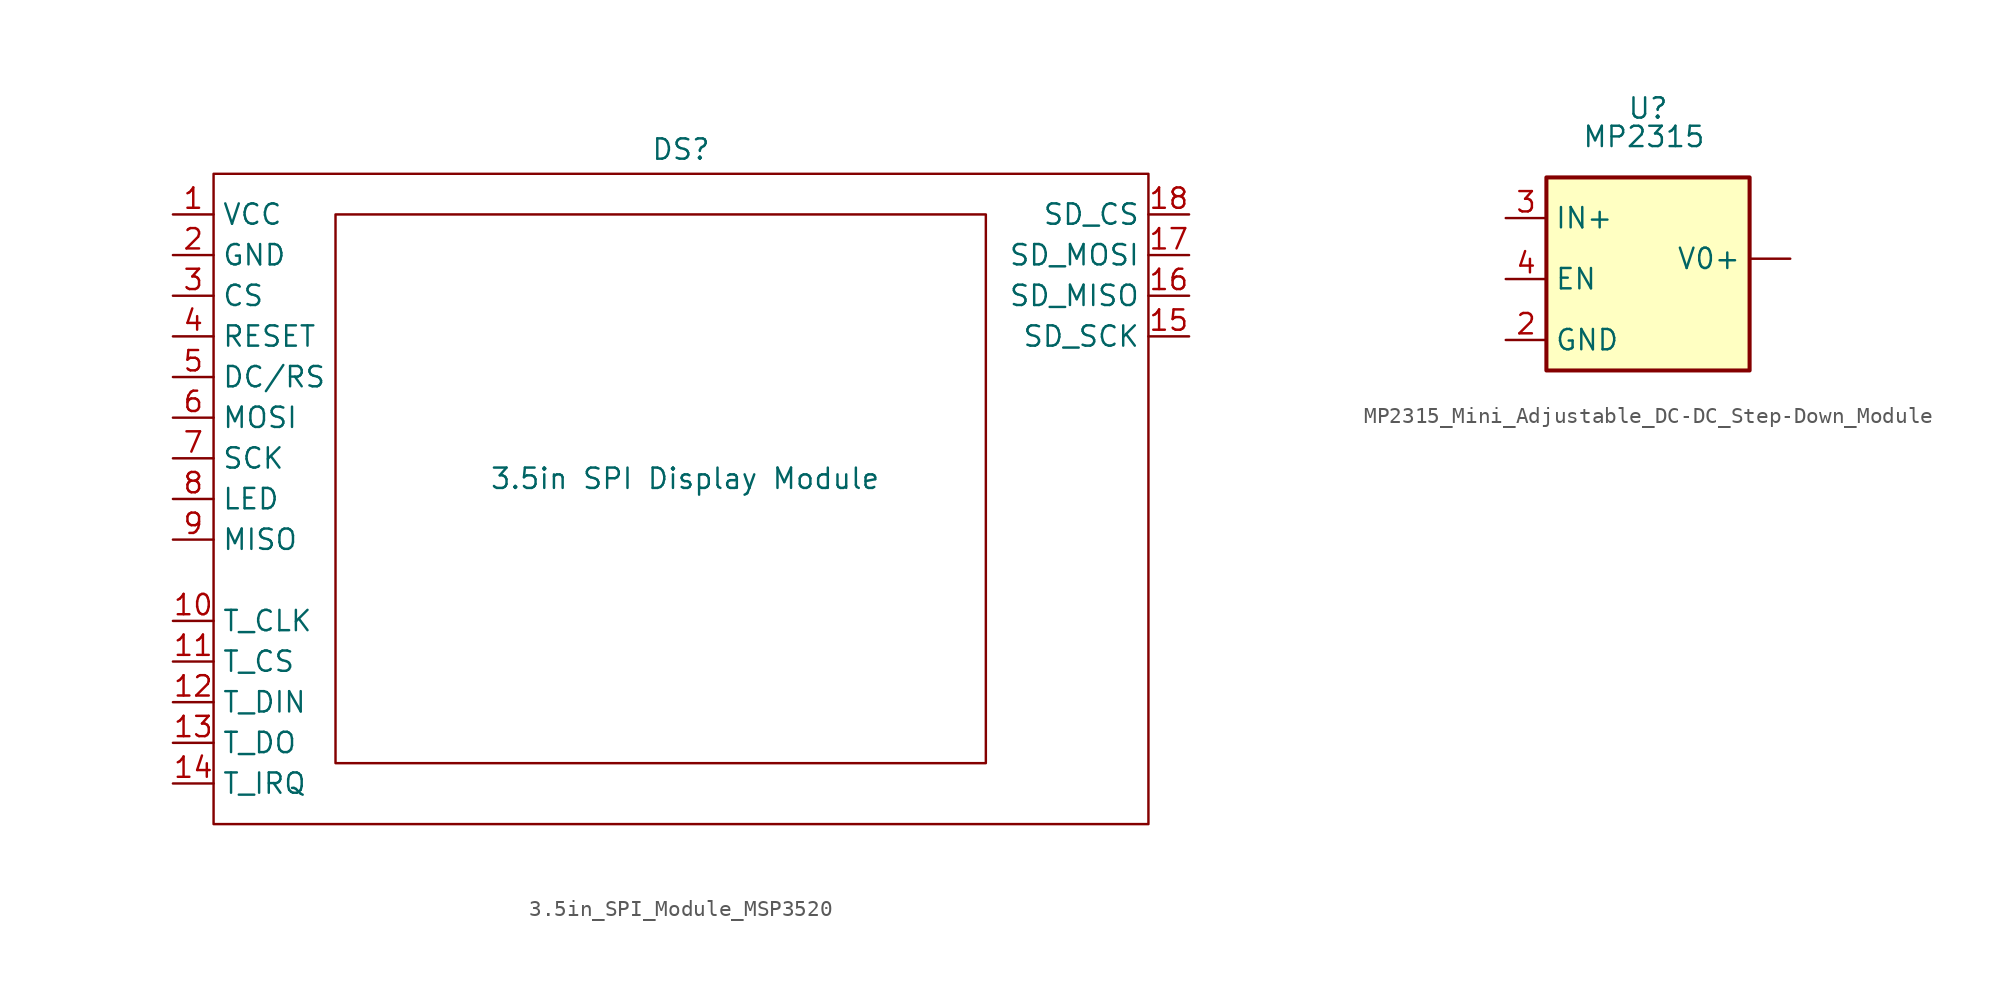
<source format=kicad_sym>
(kicad_symbol_lib
  (version 20241209)
  (generator "kicad_symbol_editor")
  (generator_version "9.0")
  (symbol "3.5in_SPI_Module_MSP3520"
    (property "Reference" "DS"
      (at 0 -2.286 0)
      (effects (font (size 1.27 1.27))))
    (property "Value" "3.5in SPI Display Module"
      (at 0.254 -22.86 0)
      (effects (font (size 1.27 1.27))))
    (symbol "3.5in_SPI_Module_MSP3520_0_1"
      (rectangle (start -29.21 -3.81) (end 29.21 -44.45) (stroke (width 0) (type default)) (fill (type none)))
      (rectangle (start -21.59 -6.35) (end 19.05 -40.64) (stroke (width 0) (type default)) (fill (type none))))
    (symbol "3.5in_SPI_Module_MSP3520_1_1"
      (pin input line (at -31.75 -6.35 0) (length 2.54) (name "VCC" (effects (font (size 1.27 1.27)))) (number "1" (effects (font (size 1.27 1.27)))))
      (pin input line (at -31.75 -8.89 0) (length 2.54) (name "GND" (effects (font (size 1.27 1.27)))) (number "2" (effects (font (size 1.27 1.27)))))
      (pin input line (at -31.75 -11.43 0) (length 2.54) (name "CS" (effects (font (size 1.27 1.27)))) (number "3" (effects (font (size 1.27 1.27)))))
      (pin input line (at -31.75 -13.97 0) (length 2.54) (name "RESET" (effects (font (size 1.27 1.27)))) (number "4" (effects (font (size 1.27 1.27)))))
      (pin input line (at -31.75 -16.51 0) (length 2.54) (name "DC/RS" (effects (font (size 1.27 1.27)))) (number "5" (effects (font (size 1.27 1.27)))))
      (pin input line (at -31.75 -19.05 0) (length 2.54) (name "MOSI" (effects (font (size 1.27 1.27)))) (number "6" (effects (font (size 1.27 1.27)))))
      (pin input line (at -31.75 -21.59 0) (length 2.54) (name "SCK" (effects (font (size 1.27 1.27)))) (number "7" (effects (font (size 1.27 1.27)))))
      (pin input line (at -31.75 -24.13 0) (length 2.54) (name "LED" (effects (font (size 1.27 1.27)))) (number "8" (effects (font (size 1.27 1.27)))))
      (pin input line (at -31.75 -26.67 0) (length 2.54) (name "MISO" (effects (font (size 1.27 1.27)))) (number "9" (effects (font (size 1.27 1.27)))))
      (pin input line (at -31.75 -31.75 0) (length 2.54) (name "T_CLK" (effects (font (size 1.27 1.27)))) (number "10" (effects (font (size 1.27 1.27)))))
      (pin input line (at -31.75 -34.29 0) (length 2.54) (name "T_CS" (effects (font (size 1.27 1.27)))) (number "11" (effects (font (size 1.27 1.27)))))
      (pin input line (at -31.75 -36.83 0) (length 2.54) (name "T_DIN" (effects (font (size 1.27 1.27)))) (number "12" (effects (font (size 1.27 1.27)))))
      (pin input line (at -31.75 -39.37 0) (length 2.54) (name "T_DO" (effects (font (size 1.27 1.27)))) (number "13" (effects (font (size 1.27 1.27)))))
      (pin input line (at -31.75 -41.91 0) (length 2.54) (name "T_IRQ" (effects (font (size 1.27 1.27)))) (number "14" (effects (font (size 1.27 1.27)))))
      (pin input line (at 31.75 -6.35 180) (length 2.54) (name "SD_CS" (effects (font (size 1.27 1.27)))) (number "18" (effects (font (size 1.27 1.27)))))
      (pin input line (at 31.75 -8.89 180) (length 2.54) (name "SD_MOSI" (effects (font (size 1.27 1.27)))) (number "17" (effects (font (size 1.27 1.27)))))
      (pin input line (at 31.75 -11.43 180) (length 2.54) (name "SD_MISO" (effects (font (size 1.27 1.27)))) (number "16" (effects (font (size 1.27 1.27)))))
      (pin input line (at 31.75 -13.97 180) (length 2.54) (name "SD_SCK" (effects (font (size 1.27 1.27)))) (number "15" (effects (font (size 1.27 1.27)))))))
  (symbol "MP2315_Mini_Adjustable_DC-DC_Step-Down_Module"
    (property "Reference" "U"
      (at 0 0.508 0)
      (effects (font (size 1.27 1.27))))
    (property "Value" "MP2315"
      (at -0.254 -1.27 0)
      (effects (font (size 1.27 1.27))))
    (symbol "MP2315_Mini_Adjustable_DC-DC_Step-Down_Module_1_1"
      (rectangle (start -6.35 -3.81) (end 6.35 -15.875) (stroke (width 0.254) (type solid)) (fill (type background)))
      (pin input line (at -8.89 -6.35 0) (length 2.54) (name "IN+" (effects (font (size 1.27 1.27)))) (number "3" (effects (font (size 1.27 1.27)))))
      (pin input line (at -8.89 -10.16 0) (length 2.54) (name "EN" (effects (font (size 1.27 1.27)))) (number "4" (effects (font (size 1.27 1.27)))))
      (pin input line (at -8.89 -13.97 0) (length 2.54) (name "GND" (effects (font (size 1.27 1.27)))) (number "2" (effects (font (size 1.27 1.27)))))
      (pin output line (at 8.89 -8.89 180) (length 2.54) (name "V0+" (effects (font (size 1.27 1.27)))) (number "" (effects (font (size 1.27 1.27))))))))
</source>
